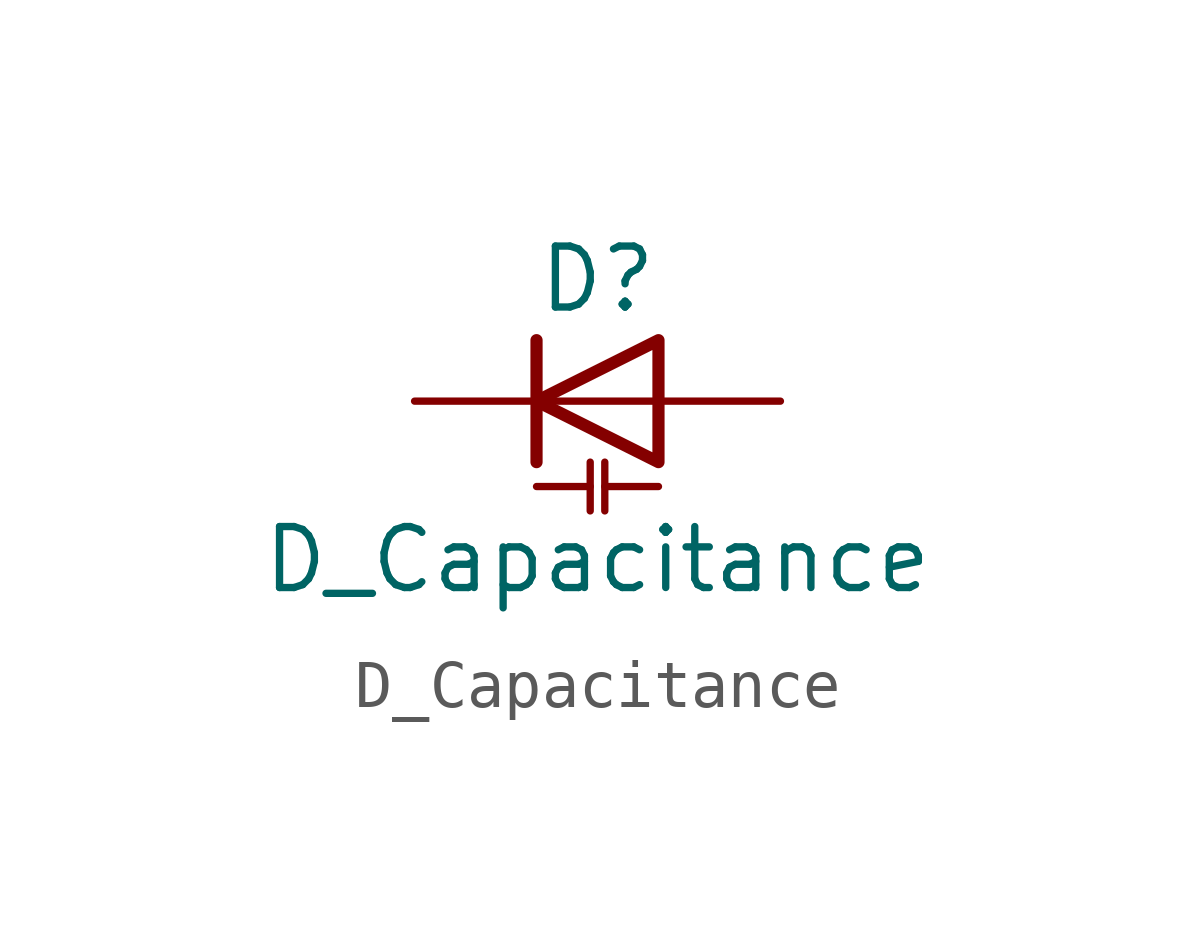
<source format=kicad_sym>
(kicad_symbol_lib
  (version 20241209)
  (generator "kicad_symbol_editor")
  (generator_version "9.0")
  (symbol "D_Capacitance"
    (pin_numbers
      (hide yes))
    (pin_names
      (offset 1.016)
      (hide yes))
    (property "Reference" "D"
      (at 0 2.54 0)
      (effects (font (size 1.27 1.27))))
    (property "Value" "D_Capacitance"
      (at 0 -3.302 0)
      (effects (font (size 1.27 1.27))))
    (symbol "D_Capacitance_0_1"
      (polyline (pts (xy -1.27 1.27) (xy -1.27 -1.27)) (stroke (width 0.254) (type solid)) (fill (type none)))
      (polyline (pts (xy -1.27 0) (xy 1.27 0)) (stroke (width 0) (type solid)) (fill (type none)))
      (polyline (pts (xy -1.27 -1.778) (xy -0.152 -1.778)) (stroke (width 0) (type solid)) (fill (type none)))
      (polyline (pts (xy -0.152 -1.27) (xy -0.152 -2.286)) (stroke (width 0) (type solid)) (fill (type none)))
      (polyline (pts (xy 0.152 -1.27) (xy 0.152 -2.286)) (stroke (width 0) (type solid)) (fill (type none)))
      (polyline (pts (xy 0.152 -1.778) (xy 1.27 -1.778)) (stroke (width 0) (type solid)) (fill (type none)))
      (polyline (pts (xy 1.27 1.27) (xy 1.27 -1.27) (xy -1.27 0) (xy 1.27 1.27)) (stroke (width 0.254) (type solid)) (fill (type none))))
    (symbol "D_Capacitance_1_1"
      (pin passive line (at -3.81 0 0) (length 2.54) (name "K" (effects (font (size 1.27 1.27)))) (number "1" (effects (font (size 1.27 1.27)))))
      (pin passive line (at 3.81 0 180) (length 2.54) (name "A" (effects (font (size 1.27 1.27)))) (number "2" (effects (font (size 1.27 1.27))))))))
</source>
